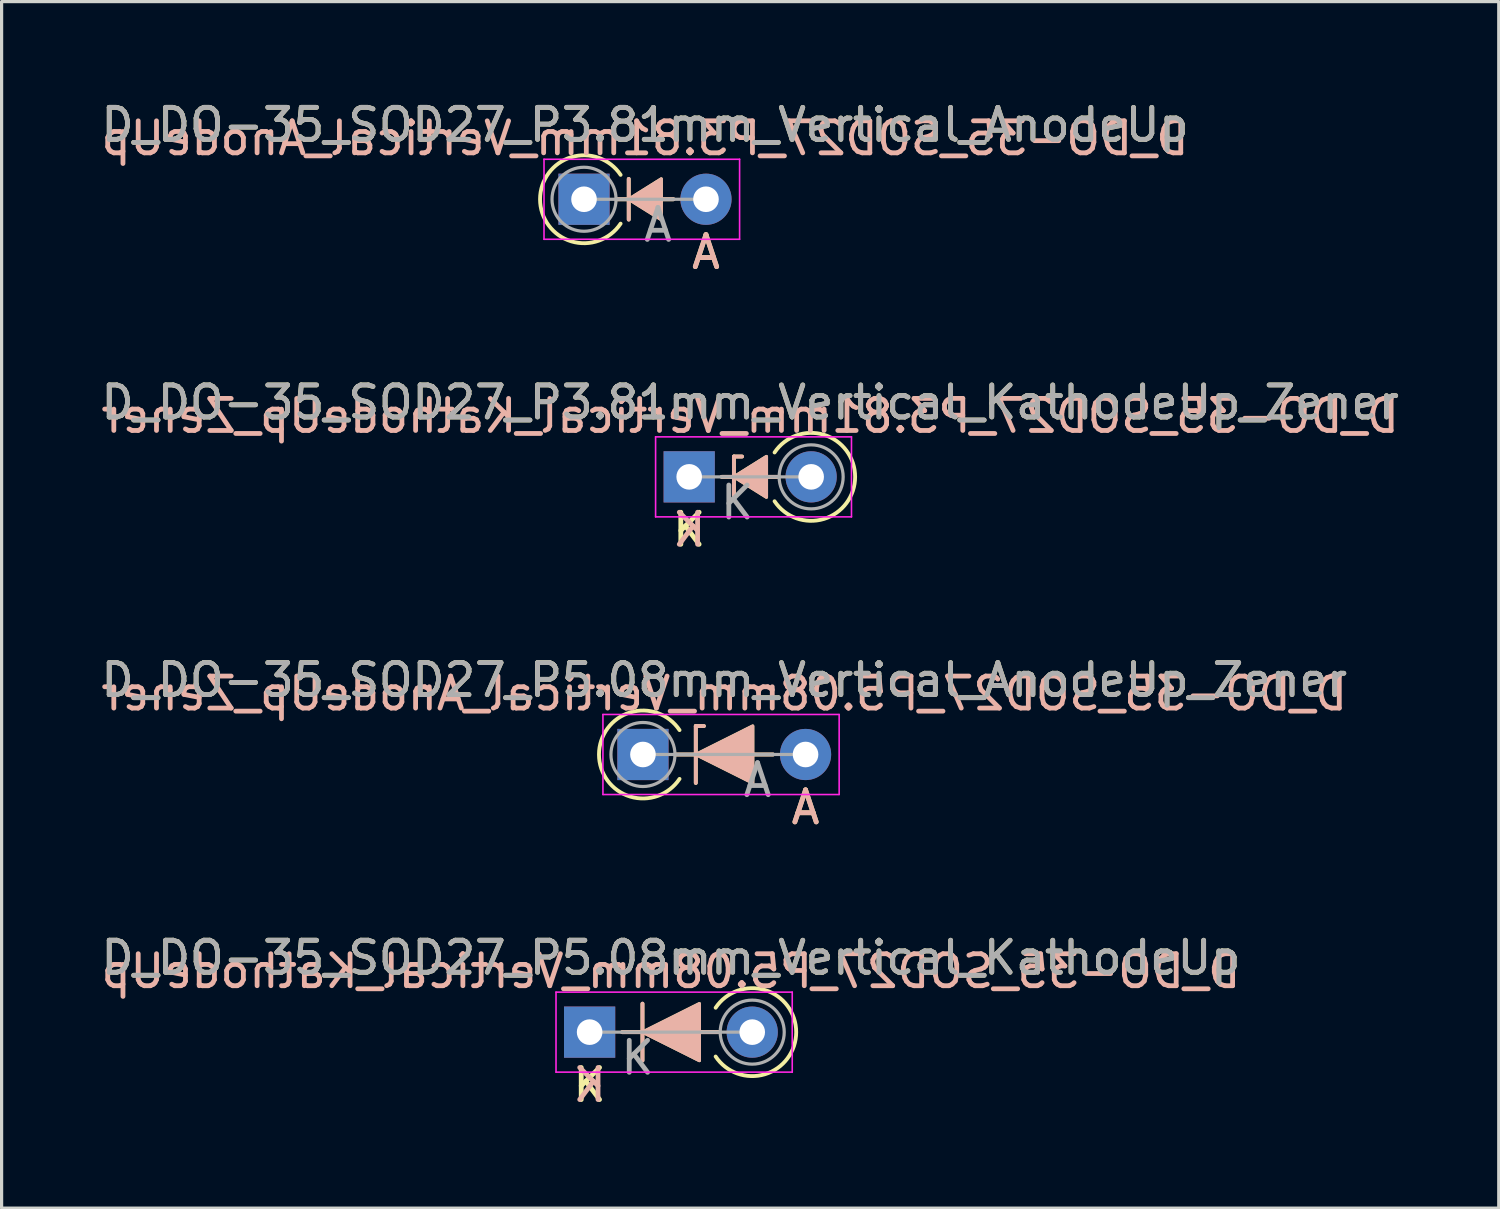
<source format=kicad_pcb>
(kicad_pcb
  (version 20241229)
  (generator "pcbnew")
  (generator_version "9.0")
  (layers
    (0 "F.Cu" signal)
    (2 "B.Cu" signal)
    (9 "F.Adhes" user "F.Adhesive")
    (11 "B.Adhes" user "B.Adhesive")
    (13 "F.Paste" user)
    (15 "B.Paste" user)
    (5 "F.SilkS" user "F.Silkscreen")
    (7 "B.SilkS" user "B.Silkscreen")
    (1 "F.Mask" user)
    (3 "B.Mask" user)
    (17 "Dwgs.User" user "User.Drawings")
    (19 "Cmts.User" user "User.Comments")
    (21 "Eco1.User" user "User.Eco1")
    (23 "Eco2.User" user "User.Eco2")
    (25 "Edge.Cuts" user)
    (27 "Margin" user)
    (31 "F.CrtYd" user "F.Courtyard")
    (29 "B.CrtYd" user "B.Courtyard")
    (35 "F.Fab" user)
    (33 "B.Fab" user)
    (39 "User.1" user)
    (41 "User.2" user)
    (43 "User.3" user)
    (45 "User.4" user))
  (footprint "D_DO-35_SOD27_P5.08mm_Vertical_AnodeUp_Zener"
    (layer "F.Cu")
    (at 17.037 20.522)
    (property "Reference" "D_DO-35_SOD27_P5.08mm_Vertical_AnodeUp_Zener" (at 2.54 -2.326 0) (layer "F.SilkS") (effects (font (size 1 1) (thickness 0.15))))
    (fp_line (start 1.651 -0.889) (end 1.651 0.889) (stroke (width 0.12) (type solid)) (layer "F.SilkS"))
    (fp_line (start 1.651 -0.889) (end 1.905 -0.889) (stroke (width 0.12) (type solid)) (layer "F.SilkS"))
    (fp_line (start 4.064 0) (end 1.016 0) (stroke (width 0.12) (type solid)) (layer "F.SilkS"))
    (fp_arc (start 1.142999 0.761999) (mid -1.373714 0) (end 1.142999 -0.761999) (stroke (width 0.12) (type solid)) (layer "F.SilkS"))
    (fp_poly (pts (xy 3.429 0.889) (xy 1.651 0) (xy 3.429 -0.889)) (stroke (width 0.1) (type solid)) (fill yes) (layer "F.SilkS"))
    (fp_line (start 1.651 -0.889) (end 1.905 -0.889) (stroke (width 0.12) (type solid)) (layer "B.SilkS"))
    (fp_line (start 1.651 0.889) (end 1.651 -0.889) (stroke (width 0.12) (type solid)) (layer "B.SilkS"))
    (fp_line (start 4.064 0) (end 1.016 0) (stroke (width 0.12) (type solid)) (layer "B.SilkS"))
    (fp_poly (pts (xy 3.429 -0.889) (xy 1.651 0) (xy 3.429 0.889)) (stroke (width 0.1) (type solid)) (fill yes) (layer "B.SilkS"))
    (fp_line (start -1.25 -1.25) (end -1.25 1.25) (stroke (width 0.05) (type solid)) (layer "F.CrtYd"))
    (fp_line (start -1.25 1.25) (end 6.13 1.25) (stroke (width 0.05) (type solid)) (layer "F.CrtYd"))
    (fp_line (start 6.13 -1.25) (end -1.25 -1.25) (stroke (width 0.05) (type solid)) (layer "F.CrtYd"))
    (fp_line (start 6.13 1.25) (end 6.13 -1.25) (stroke (width 0.05) (type solid)) (layer "F.CrtYd"))
    (fp_line (start 0 0) (end 5.08 0) (stroke (width 0.1) (type solid)) (layer "F.Fab"))
    (fp_circle (center 0 0) (end 1 0) (stroke (width 0.1) (type solid)) (fill no) (layer "F.Fab"))
    (fp_text user "A" (at 5.08 1.651 0) (layer "F.SilkS") (effects (font (size 1 1) (thickness 0.15))))
    (fp_text user "${REFERENCE}" (at 2.54 -1.905 0) (layer "B.SilkS") (effects (font (size 1 1) (thickness 0.15)) (justify mirror)))
    (fp_text user "A" (at 5.08 1.651 0) (layer "B.SilkS") (effects (font (size 1 1) (thickness 0.15)) (justify mirror)))
    (fp_text user "A" (at 3.58 0.8 0) (layer "F.Fab") (effects (font (size 1 1) (thickness 0.15))))
    (fp_text user "${REFERENCE}" (at 2.54 -2.326 0) (layer "F.Fab") (effects (font (size 1 1) (thickness 0.15))))
    (pad "1" thru_hole rect (at 0 0) (size 1.6 1.6) (drill 0.8) (layers "*.Cu" "*.Mask"))
    (pad "2" thru_hole oval (at 5.08 0) (size 1.6 1.6) (drill 0.8) (layers "*.Cu" "*.Mask")))
  (footprint "D_DO-35_SOD27_P3.81mm_Vertical_KathodeUp_Zener"
    (layer "F.Cu")
    (at 18.482 11.848)
    (property "Reference" "D_DO-35_SOD27_P3.81mm_Vertical_KathodeUp_Zener" (at 1.905 -2.326 0) (layer "F.SilkS") (effects (font (size 1 1) (thickness 0.15))))
    (fp_line (start 1.397 -0.635) (end 1.397 0.635) (stroke (width 0.12) (type solid)) (layer "F.SilkS"))
    (fp_line (start 1.397 -0.635) (end 1.651 -0.635) (stroke (width 0.12) (type solid)) (layer "F.SilkS"))
    (fp_line (start 2.794 0) (end 1.016 0) (stroke (width 0.12) (type solid)) (layer "F.SilkS"))
    (fp_arc (start 2.667 -0.761998) (mid 5.183713 0.000001) (end 2.667 0.762) (stroke (width 0.12) (type solid)) (layer "F.SilkS"))
    (fp_poly (pts (xy 2.413 0.635) (xy 1.397 0) (xy 2.413 -0.635)) (stroke (width 0.1) (type solid)) (fill yes) (layer "F.SilkS"))
    (fp_line (start 1.397 -0.635) (end 1.651 -0.635) (stroke (width 0.12) (type solid)) (layer "B.SilkS"))
    (fp_line (start 1.397 0.635) (end 1.397 -0.635) (stroke (width 0.12) (type solid)) (layer "B.SilkS"))
    (fp_line (start 2.794 0) (end 1.016 0) (stroke (width 0.12) (type solid)) (layer "B.SilkS"))
    (fp_poly (pts (xy 2.413 -0.635) (xy 1.397 0) (xy 2.413 0.635)) (stroke (width 0.1) (type solid)) (fill yes) (layer "B.SilkS"))
    (fp_line (start -1.05 -1.25) (end -1.05 1.25) (stroke (width 0.05) (type solid)) (layer "F.CrtYd"))
    (fp_line (start -1.05 1.25) (end 5.07 1.25) (stroke (width 0.05) (type solid)) (layer "F.CrtYd"))
    (fp_line (start 5.07 -1.25) (end -1.05 -1.25) (stroke (width 0.05) (type solid)) (layer "F.CrtYd"))
    (fp_line (start 5.07 1.25) (end 5.07 -1.25) (stroke (width 0.05) (type solid)) (layer "F.CrtYd"))
    (fp_line (start 0 0) (end 3.81 0) (stroke (width 0.1) (type solid)) (layer "F.Fab"))
    (fp_circle (center 3.81 0) (end 4.81 0) (stroke (width 0.1) (type solid)) (fill no) (layer "F.Fab"))
    (fp_text user "K" (at 0 1.651 0) (layer "F.SilkS") (effects (font (size 1 1) (thickness 0.15))))
    (fp_text user "K" (at 0 1.651 0) (layer "B.SilkS") (effects (font (size 1 1) (thickness 0.15)) (justify mirror)))
    (fp_text user "${REFERENCE}" (at 1.905 -1.905 0) (layer "B.SilkS") (effects (font (size 1 1) (thickness 0.15)) (justify mirror)))
    (fp_text user "K" (at 1.5 0.8 0) (layer "F.Fab") (effects (font (size 1 1) (thickness 0.15))))
    (fp_text user "${REFERENCE}" (at 1.905 -2.326 0) (layer "F.Fab") (effects (font (size 1 1) (thickness 0.15))))
    (pad "1" thru_hole rect (at 0 0) (size 1.6 1.6) (drill 0.8) (layers "*.Cu" "*.Mask"))
    (pad "2" thru_hole oval (at 3.81 0) (size 1.6 1.6) (drill 0.8) (layers "*.Cu" "*.Mask")))
  (footprint "D_DO-35_SOD27_P5.08mm_Vertical_KathodeUp"
    (layer "F.Cu")
    (at 15.371 29.196)
    (property "Reference" "D_DO-35_SOD27_P5.08mm_Vertical_KathodeUp" (at 2.54 -2.326 0) (layer "F.SilkS") (effects (font (size 1 1) (thickness 0.15))))
    (fp_line (start 1.651 -0.889) (end 1.651 0.889) (stroke (width 0.12) (type solid)) (layer "F.SilkS"))
    (fp_line (start 4.064 0) (end 1.016 0) (stroke (width 0.12) (type solid)) (layer "F.SilkS"))
    (fp_arc (start 3.937 -0.761998) (mid 6.453713 0.000001) (end 3.937 0.762) (stroke (width 0.12) (type solid)) (layer "F.SilkS"))
    (fp_poly (pts (xy 3.429 0.889) (xy 1.651 0) (xy 3.429 -0.889)) (stroke (width 0.1) (type solid)) (fill yes) (layer "F.SilkS"))
    (fp_line (start 1.651 0.889) (end 1.651 -0.889) (stroke (width 0.12) (type solid)) (layer "B.SilkS"))
    (fp_line (start 4.064 0) (end 1.016 0) (stroke (width 0.12) (type solid)) (layer "B.SilkS"))
    (fp_poly (pts (xy 3.429 -0.889) (xy 1.651 0) (xy 3.429 0.889)) (stroke (width 0.1) (type solid)) (fill yes) (layer "B.SilkS"))
    (fp_line (start -1.05 -1.25) (end -1.05 1.25) (stroke (width 0.05) (type solid)) (layer "F.CrtYd"))
    (fp_line (start -1.05 1.25) (end 6.33 1.25) (stroke (width 0.05) (type solid)) (layer "F.CrtYd"))
    (fp_line (start 6.33 -1.25) (end -1.05 -1.25) (stroke (width 0.05) (type solid)) (layer "F.CrtYd"))
    (fp_line (start 6.33 1.25) (end 6.33 -1.25) (stroke (width 0.05) (type solid)) (layer "F.CrtYd"))
    (fp_line (start 0 0) (end 5.08 0) (stroke (width 0.1) (type solid)) (layer "F.Fab"))
    (fp_circle (center 5.08 0) (end 6.08 0) (stroke (width 0.1) (type solid)) (fill no) (layer "F.Fab"))
    (fp_text user "K" (at 0 1.651 0) (layer "F.SilkS") (effects (font (size 1 1) (thickness 0.15))))
    (fp_text user "K" (at 0 1.651 0) (layer "B.SilkS") (effects (font (size 1 1) (thickness 0.15)) (justify mirror)))
    (fp_text user "${REFERENCE}" (at 2.54 -1.905 0) (layer "B.SilkS") (effects (font (size 1 1) (thickness 0.15)) (justify mirror)))
    (fp_text user "${REFERENCE}" (at 2.54 -2.326 0) (layer "F.Fab") (effects (font (size 1 1) (thickness 0.15))))
    (fp_text user "K" (at 1.5 0.8 0) (layer "F.Fab") (effects (font (size 1 1) (thickness 0.15))))
    (pad "1" thru_hole rect (at 0 0) (size 1.6 1.6) (drill 0.8) (layers "*.Cu" "*.Mask"))
    (pad "2" thru_hole oval (at 5.08 0) (size 1.6 1.6) (drill 0.8) (layers "*.Cu" "*.Mask")))
  (footprint "D_DO-35_SOD27_P3.81mm_Vertical_AnodeUp"
    (layer "F.Cu")
    (at 15.196 3.175)
    (property "Reference" "D_DO-35_SOD27_P3.81mm_Vertical_AnodeUp" (at 1.905 -2.326 0) (layer "F.SilkS") (effects (font (size 1 1) (thickness 0.15))))
    (fp_line (start 1.397 -0.635) (end 1.397 0.635) (stroke (width 0.12) (type solid)) (layer "F.SilkS"))
    (fp_line (start 2.794 0) (end 1.016 0) (stroke (width 0.12) (type solid)) (layer "F.SilkS"))
    (fp_arc (start 1.142999 0.761999) (mid -1.373714 0) (end 1.142999 -0.761999) (stroke (width 0.12) (type solid)) (layer "F.SilkS"))
    (fp_poly (pts (xy 2.413 0.635) (xy 1.397 0) (xy 2.413 -0.635)) (stroke (width 0.1) (type solid)) (fill yes) (layer "F.SilkS"))
    (fp_line (start 1.397 0.635) (end 1.397 -0.635) (stroke (width 0.12) (type solid)) (layer "B.SilkS"))
    (fp_line (start 2.794 0) (end 1.016 0) (stroke (width 0.12) (type solid)) (layer "B.SilkS"))
    (fp_poly (pts (xy 2.413 -0.635) (xy 1.397 0) (xy 2.413 0.635)) (stroke (width 0.1) (type solid)) (fill yes) (layer "B.SilkS"))
    (fp_line (start -1.25 -1.25) (end -1.25 1.25) (stroke (width 0.05) (type solid)) (layer "F.CrtYd"))
    (fp_line (start -1.25 1.25) (end 4.86 1.25) (stroke (width 0.05) (type solid)) (layer "F.CrtYd"))
    (fp_line (start 4.86 -1.25) (end -1.25 -1.25) (stroke (width 0.05) (type solid)) (layer "F.CrtYd"))
    (fp_line (start 4.86 1.25) (end 4.86 -1.25) (stroke (width 0.05) (type solid)) (layer "F.CrtYd"))
    (fp_line (start 0 0) (end 3.81 0) (stroke (width 0.1) (type solid)) (layer "F.Fab"))
    (fp_circle (center 0 0) (end 1 0) (stroke (width 0.1) (type solid)) (fill no) (layer "F.Fab"))
    (fp_text user "A" (at 3.81 1.651 0) (layer "F.SilkS") (effects (font (size 1 1) (thickness 0.15))))
    (fp_text user "A" (at 3.81 1.651 0) (layer "B.SilkS") (effects (font (size 1 1) (thickness 0.15)) (justify mirror)))
    (fp_text user "${REFERENCE}" (at 1.905 -1.905 0) (layer "B.SilkS") (effects (font (size 1 1) (thickness 0.15)) (justify mirror)))
    (fp_text user "${REFERENCE}" (at 1.905 -2.326 0) (layer "F.Fab") (effects (font (size 1 1) (thickness 0.15))))
    (fp_text user "A" (at 2.31 0.8 0) (layer "F.Fab") (effects (font (size 1 1) (thickness 0.15))))
    (pad "1" thru_hole rect (at 0 0) (size 1.6 1.6) (drill 0.8) (layers "*.Cu" "*.Mask"))
    (pad "2" thru_hole oval (at 3.81 0) (size 1.6 1.6) (drill 0.8) (layers "*.Cu" "*.Mask")))
  (gr_rect
    (start -3 -3)
    (end 43.774 34.695)
    (stroke (width 0.1) (type default))
    (fill no)
    (layer "Edge.Cuts")))
</source>
